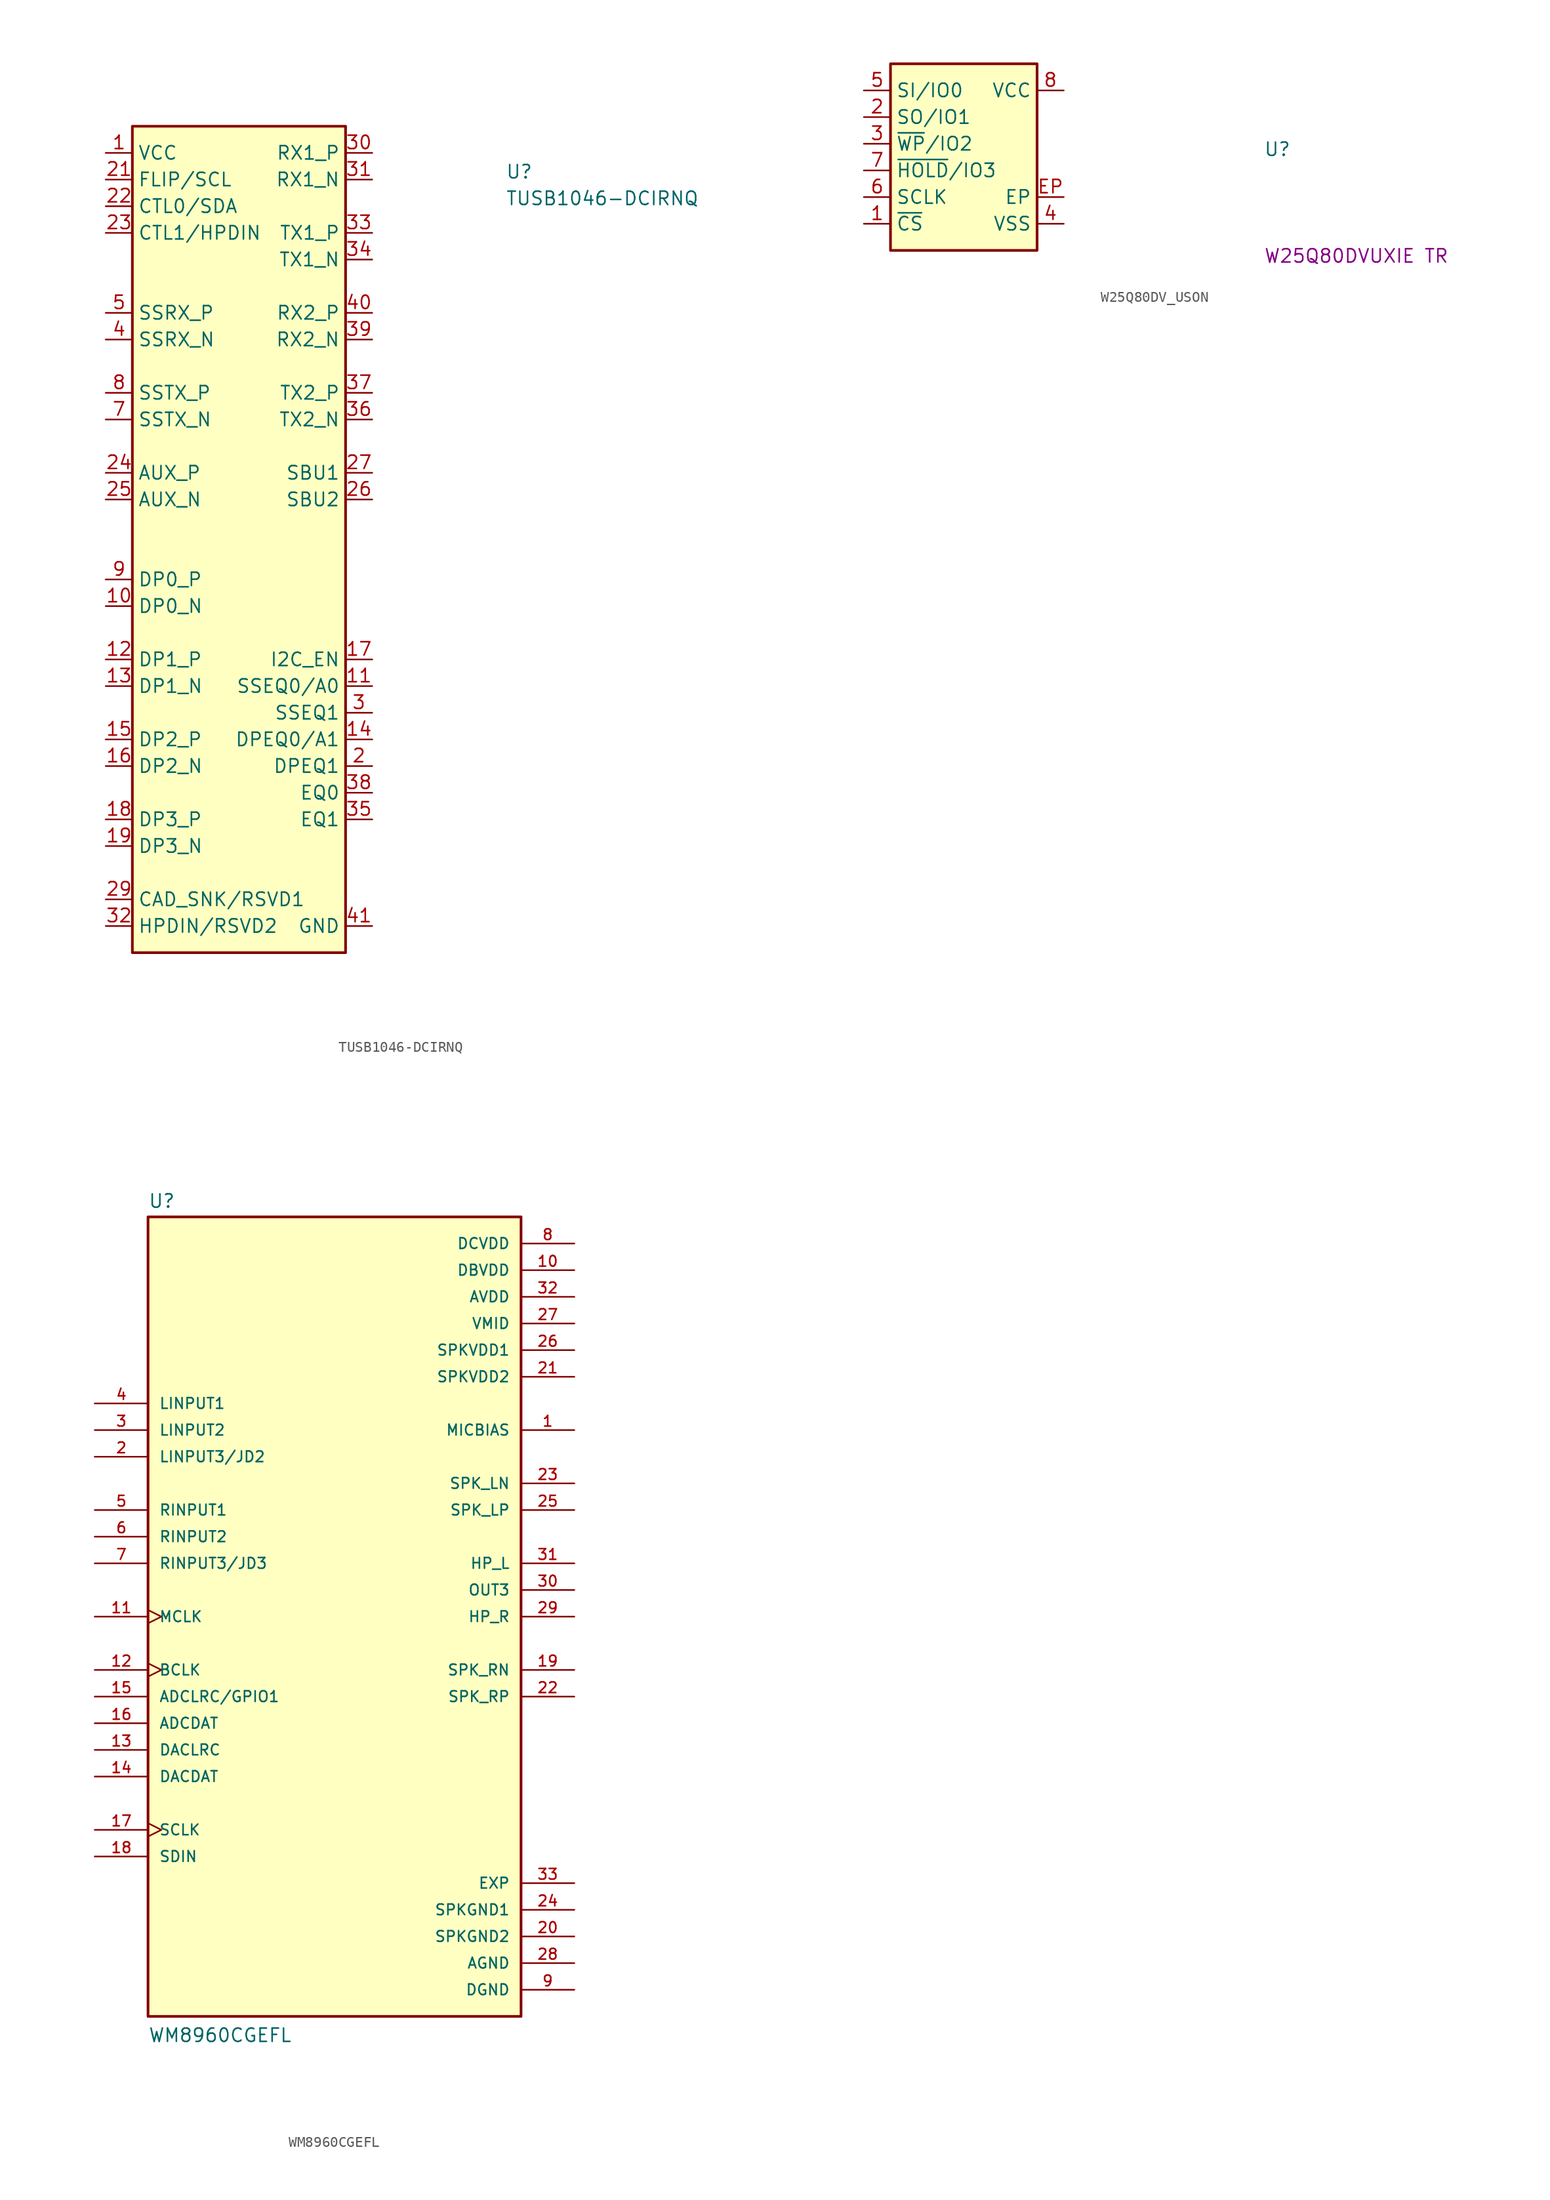
<source format=kicad_sym>
(kicad_symbol_lib
  (version 20231120)
  (generator "kicad_symbol_editor")
  (generator_version "8.0")
  (symbol "TUSB1046-DCIRNQ"
    (property "Reference" "U"
      (at 38.1 -2.54 0)
      (effects (font (size 1.27 1.27) (thickness 0.15)) (justify left bottom)))
    (property "Value" "TUSB1046-DCIRNQ"
      (at 38.1 -5.08 0)
      (effects (font (size 1.27 1.27) (thickness 0.15)) (justify left bottom)))
    (symbol "TUSB1046-DCIRNQ_1_1"
      (rectangle (start 2.54 2.54) (end 22.86 -76.2) (stroke (width 0.254) (type default)) (fill (type background)))
      (pin power_in line (at 0 0 0) (length 2.54) (name "VCC" (effects (font (size 1.27 1.27)))) (number "1" (effects (font (size 1.27 1.27)))))
      (pin input line (at 0 -43.18 0) (length 2.54) (name "DP0_N" (effects (font (size 1.27 1.27)))) (number "10" (effects (font (size 1.27 1.27)))))
      (pin input line (at 25.4 -50.8 180) (length 2.54) (name "SSEQ0/A0" (effects (font (size 1.27 1.27)))) (number "11" (effects (font (size 1.27 1.27)))))
      (pin input line (at 0 -48.26 0) (length 2.54) (name "DP1_P" (effects (font (size 1.27 1.27)))) (number "12" (effects (font (size 1.27 1.27)))))
      (pin input line (at 0 -50.8 0) (length 2.54) (name "DP1_N" (effects (font (size 1.27 1.27)))) (number "13" (effects (font (size 1.27 1.27)))))
      (pin input line (at 25.4 -55.88 180) (length 2.54) (name "DPEQ0/A1" (effects (font (size 1.27 1.27)))) (number "14" (effects (font (size 1.27 1.27)))))
      (pin input line (at 0 -55.88 0) (length 2.54) (name "DP2_P" (effects (font (size 1.27 1.27)))) (number "15" (effects (font (size 1.27 1.27)))))
      (pin input line (at 0 -58.42 0) (length 2.54) (name "DP2_N" (effects (font (size 1.27 1.27)))) (number "16" (effects (font (size 1.27 1.27)))))
      (pin input line (at 25.4 -48.26 180) (length 2.54) (name "I2C_EN" (effects (font (size 1.27 1.27)))) (number "17" (effects (font (size 1.27 1.27)))))
      (pin input line (at 0 -63.5 0) (length 2.54) (name "DP3_P" (effects (font (size 1.27 1.27)))) (number "18" (effects (font (size 1.27 1.27)))))
      (pin input line (at 0 -66.04 0) (length 2.54) (name "DP3_N" (effects (font (size 1.27 1.27)))) (number "19" (effects (font (size 1.27 1.27)))))
      (pin input line (at 25.4 -58.42 180) (length 2.54) (name "DPEQ1" (effects (font (size 1.27 1.27)))) (number "2" (effects (font (size 1.27 1.27)))))
      (pin passive line (at 0 0 0) (length 2.54) hide (name "VCC" (effects (font (size 1.27 1.27)))) (number "20" (effects (font (size 1.27 1.27)))))
      (pin input line (at 0 -2.54 0) (length 2.54) (name "FLIP/SCL" (effects (font (size 1.27 1.27)))) (number "21" (effects (font (size 1.27 1.27)))))
      (pin input line (at 0 -5.08 0) (length 2.54) (name "CTL0/SDA" (effects (font (size 1.27 1.27)))) (number "22" (effects (font (size 1.27 1.27)))))
      (pin input line (at 0 -7.62 0) (length 2.54) (name "CTL1/HPDIN" (effects (font (size 1.27 1.27)))) (number "23" (effects (font (size 1.27 1.27)))))
      (pin bidirectional line (at 0 -30.48 0) (length 2.54) (name "AUX_P" (effects (font (size 1.27 1.27)))) (number "24" (effects (font (size 1.27 1.27)))))
      (pin bidirectional line (at 0 -33.02 0) (length 2.54) (name "AUX_N" (effects (font (size 1.27 1.27)))) (number "25" (effects (font (size 1.27 1.27)))))
      (pin bidirectional line (at 25.4 -33.02 180) (length 2.54) (name "SBU2" (effects (font (size 1.27 1.27)))) (number "26" (effects (font (size 1.27 1.27)))))
      (pin bidirectional line (at 25.4 -30.48 180) (length 2.54) (name "SBU1" (effects (font (size 1.27 1.27)))) (number "27" (effects (font (size 1.27 1.27)))))
      (pin passive line (at 0 0 0) (length 2.54) hide (name "VCC" (effects (font (size 1.27 1.27)))) (number "28" (effects (font (size 1.27 1.27)))))
      (pin bidirectional line (at 0 -71.12 0) (length 2.54) (name "CAD_SNK/RSVD1" (effects (font (size 1.27 1.27)))) (number "29" (effects (font (size 1.27 1.27)))) (alternate "CAD_SNK" bidirectional line) (alternate "RSVD1" no_connect line))
      (pin input line (at 25.4 -53.34 180) (length 2.54) (name "SSEQ1" (effects (font (size 1.27 1.27)))) (number "3" (effects (font (size 1.27 1.27)))))
      (pin input line (at 25.4 0 180) (length 2.54) (name "RX1_P" (effects (font (size 1.27 1.27)))) (number "30" (effects (font (size 1.27 1.27)))))
      (pin input line (at 25.4 -2.54 180) (length 2.54) (name "RX1_N" (effects (font (size 1.27 1.27)))) (number "31" (effects (font (size 1.27 1.27)))))
      (pin bidirectional line (at 0 -73.66 0) (length 2.54) (name "HPDIN/RSVD2" (effects (font (size 1.27 1.27)))) (number "32" (effects (font (size 1.27 1.27)))) (alternate "HPDIN" bidirectional line) (alternate "RSVD2" no_connect line))
      (pin output line (at 25.4 -7.62 180) (length 2.54) (name "TX1_P" (effects (font (size 1.27 1.27)))) (number "33" (effects (font (size 1.27 1.27)))))
      (pin output line (at 25.4 -10.16 180) (length 2.54) (name "TX1_N" (effects (font (size 1.27 1.27)))) (number "34" (effects (font (size 1.27 1.27)))))
      (pin input line (at 25.4 -63.5 180) (length 2.54) (name "EQ1" (effects (font (size 1.27 1.27)))) (number "35" (effects (font (size 1.27 1.27)))))
      (pin output line (at 25.4 -25.4 180) (length 2.54) (name "TX2_N" (effects (font (size 1.27 1.27)))) (number "36" (effects (font (size 1.27 1.27)))))
      (pin output line (at 25.4 -22.86 180) (length 2.54) (name "TX2_P" (effects (font (size 1.27 1.27)))) (number "37" (effects (font (size 1.27 1.27)))))
      (pin input line (at 25.4 -60.96 180) (length 2.54) (name "EQ0" (effects (font (size 1.27 1.27)))) (number "38" (effects (font (size 1.27 1.27)))))
      (pin input line (at 25.4 -17.78 180) (length 2.54) (name "RX2_N" (effects (font (size 1.27 1.27)))) (number "39" (effects (font (size 1.27 1.27)))))
      (pin output line (at 0 -17.78 0) (length 2.54) (name "SSRX_N" (effects (font (size 1.27 1.27)))) (number "4" (effects (font (size 1.27 1.27)))))
      (pin input line (at 25.4 -15.24 180) (length 2.54) (name "RX2_P" (effects (font (size 1.27 1.27)))) (number "40" (effects (font (size 1.27 1.27)))))
      (pin power_in line (at 25.4 -73.66 180) (length 2.54) (name "GND" (effects (font (size 1.27 1.27)))) (number "41" (effects (font (size 1.27 1.27)))))
      (pin output line (at 0 -15.24 0) (length 2.54) (name "SSRX_P" (effects (font (size 1.27 1.27)))) (number "5" (effects (font (size 1.27 1.27)))))
      (pin passive line (at 0 0 0) (length 2.54) hide (name "VCC" (effects (font (size 1.27 1.27)))) (number "6" (effects (font (size 1.27 1.27)))))
      (pin input line (at 0 -25.4 0) (length 2.54) (name "SSTX_N" (effects (font (size 1.27 1.27)))) (number "7" (effects (font (size 1.27 1.27)))))
      (pin input line (at 0 -22.86 0) (length 2.54) (name "SSTX_P" (effects (font (size 1.27 1.27)))) (number "8" (effects (font (size 1.27 1.27)))))
      (pin input line (at 0 -40.64 0) (length 2.54) (name "DP0_P" (effects (font (size 1.27 1.27)))) (number "9" (effects (font (size 1.27 1.27)))))))
  (symbol "W25Q80DV_USON"
    (property "Reference" "U"
      (at 38.1 -6.35 0)
      (effects (font (size 1.27 1.27) (thickness 0.15)) (justify left bottom)))
    (property "MPN" "W25Q80DVUXIE TR"
      (at 38.1 -16.51 0)
      (effects (font (size 1.27 1.27) (thickness 0.15)) (justify left bottom)))
    (symbol "W25Q80DV_USON_1_1"
      (rectangle (start 2.54 2.54) (end 16.51 -15.24) (stroke (width 0.254) (type default)) (fill (type background)))
      (pin input line (at 0 -12.7 0) (length 2.54) (name "~{CS}" (effects (font (size 1.27 1.27)))) (number "1" (effects (font (size 1.27 1.27)))))
      (pin input line (at 0 -2.54 0) (length 2.54) (name "SO/IO1" (effects (font (size 1.27 1.27)))) (number "2" (effects (font (size 1.27 1.27)))))
      (pin input line (at 0 -5.08 0) (length 2.54) (name "~{WP}/IO2" (effects (font (size 1.27 1.27)))) (number "3" (effects (font (size 1.27 1.27)))))
      (pin power_in line (at 19.05 -12.7 180) (length 2.54) (name "VSS" (effects (font (size 1.27 1.27)))) (number "4" (effects (font (size 1.27 1.27)))))
      (pin input line (at 0 0 0) (length 2.54) (name "SI/IO0" (effects (font (size 1.27 1.27)))) (number "5" (effects (font (size 1.27 1.27)))))
      (pin input line (at 0 -10.16 0) (length 2.54) (name "SCLK" (effects (font (size 1.27 1.27)))) (number "6" (effects (font (size 1.27 1.27)))))
      (pin input line (at 0 -7.62 0) (length 2.54) (name "~{HOLD}/IO3" (effects (font (size 1.27 1.27)))) (number "7" (effects (font (size 1.27 1.27)))))
      (pin power_in line (at 19.05 0 180) (length 2.54) (name "VCC" (effects (font (size 1.27 1.27)))) (number "8" (effects (font (size 1.27 1.27)))))
      (pin power_in line (at 19.05 -10.16 180) (length 2.54) (name "EP" (effects (font (size 1.27 1.27)))) (number "EP" (effects (font (size 1.27 1.27)))))))
  (symbol "WM8960CGEFL"
    (pin_names
      (offset 1.016))
    (property "Reference" "U"
      (at -17.78 38.862 0)
      (effects (font (size 1.27 1.27)) (justify left bottom)))
    (property "Value" "WM8960CGEFL"
      (at -17.78 -40.64 0)
      (effects (font (size 1.27 1.27)) (justify left bottom)))
    (symbol "WM8960CGEFL_0_0"
      (rectangle (start -17.78 38.1) (end 17.78 -38.1) (stroke (width 0.254) (type default)) (fill (type background)))
      (pin output line (at 22.86 17.78 180) (length 5.08) (name "MICBIAS" (effects (font (size 1.016 1.016)))) (number "1" (effects (font (size 1.016 1.016)))))
      (pin power_in line (at 22.86 33.02 180) (length 5.08) (name "DBVDD" (effects (font (size 1.016 1.016)))) (number "10" (effects (font (size 1.016 1.016)))))
      (pin input clock (at -22.86 0 0) (length 5.08) (name "MCLK" (effects (font (size 1.016 1.016)))) (number "11" (effects (font (size 1.016 1.016)))))
      (pin bidirectional clock (at -22.86 -5.08 0) (length 5.08) (name "BCLK" (effects (font (size 1.016 1.016)))) (number "12" (effects (font (size 1.016 1.016)))))
      (pin bidirectional line (at -22.86 -12.7 0) (length 5.08) (name "DACLRC" (effects (font (size 1.016 1.016)))) (number "13" (effects (font (size 1.016 1.016)))))
      (pin input line (at -22.86 -15.24 0) (length 5.08) (name "DACDAT" (effects (font (size 1.016 1.016)))) (number "14" (effects (font (size 1.016 1.016)))))
      (pin bidirectional line (at -22.86 -7.62 0) (length 5.08) (name "ADCLRC/GPIO1" (effects (font (size 1.016 1.016)))) (number "15" (effects (font (size 1.016 1.016)))))
      (pin output line (at -22.86 -10.16 0) (length 5.08) (name "ADCDAT" (effects (font (size 1.016 1.016)))) (number "16" (effects (font (size 1.016 1.016)))))
      (pin input clock (at -22.86 -20.32 0) (length 5.08) (name "SCLK" (effects (font (size 1.016 1.016)))) (number "17" (effects (font (size 1.016 1.016)))))
      (pin bidirectional line (at -22.86 -22.86 0) (length 5.08) (name "SDIN" (effects (font (size 1.016 1.016)))) (number "18" (effects (font (size 1.016 1.016)))))
      (pin output line (at 22.86 -5.08 180) (length 5.08) (name "SPK_RN" (effects (font (size 1.016 1.016)))) (number "19" (effects (font (size 1.016 1.016)))))
      (pin input line (at -22.86 15.24 0) (length 5.08) (name "LINPUT3/JD2" (effects (font (size 1.016 1.016)))) (number "2" (effects (font (size 1.016 1.016)))))
      (pin power_in line (at 22.86 -30.48 180) (length 5.08) (name "SPKGND2" (effects (font (size 1.016 1.016)))) (number "20" (effects (font (size 1.016 1.016)))))
      (pin power_in line (at 22.86 22.86 180) (length 5.08) (name "SPKVDD2" (effects (font (size 1.016 1.016)))) (number "21" (effects (font (size 1.016 1.016)))))
      (pin output line (at 22.86 -7.62 180) (length 5.08) (name "SPK_RP" (effects (font (size 1.016 1.016)))) (number "22" (effects (font (size 1.016 1.016)))))
      (pin output line (at 22.86 12.7 180) (length 5.08) (name "SPK_LN" (effects (font (size 1.016 1.016)))) (number "23" (effects (font (size 1.016 1.016)))))
      (pin power_in line (at 22.86 -27.94 180) (length 5.08) (name "SPKGND1" (effects (font (size 1.016 1.016)))) (number "24" (effects (font (size 1.016 1.016)))))
      (pin output line (at 22.86 10.16 180) (length 5.08) (name "SPK_LP" (effects (font (size 1.016 1.016)))) (number "25" (effects (font (size 1.016 1.016)))))
      (pin power_in line (at 22.86 25.4 180) (length 5.08) (name "SPKVDD1" (effects (font (size 1.016 1.016)))) (number "26" (effects (font (size 1.016 1.016)))))
      (pin output line (at 22.86 27.94 180) (length 5.08) (name "VMID" (effects (font (size 1.016 1.016)))) (number "27" (effects (font (size 1.016 1.016)))))
      (pin power_in line (at 22.86 -33.02 180) (length 5.08) (name "AGND" (effects (font (size 1.016 1.016)))) (number "28" (effects (font (size 1.016 1.016)))))
      (pin output line (at 22.86 0 180) (length 5.08) (name "HP_R" (effects (font (size 1.016 1.016)))) (number "29" (effects (font (size 1.016 1.016)))))
      (pin input line (at -22.86 17.78 0) (length 5.08) (name "LINPUT2" (effects (font (size 1.016 1.016)))) (number "3" (effects (font (size 1.016 1.016)))))
      (pin output line (at 22.86 2.54 180) (length 5.08) (name "OUT3" (effects (font (size 1.016 1.016)))) (number "30" (effects (font (size 1.016 1.016)))))
      (pin output line (at 22.86 5.08 180) (length 5.08) (name "HP_L" (effects (font (size 1.016 1.016)))) (number "31" (effects (font (size 1.016 1.016)))))
      (pin power_in line (at 22.86 30.48 180) (length 5.08) (name "AVDD" (effects (font (size 1.016 1.016)))) (number "32" (effects (font (size 1.016 1.016)))))
      (pin power_in line (at 22.86 -25.4 180) (length 5.08) (name "EXP" (effects (font (size 1.016 1.016)))) (number "33" (effects (font (size 1.016 1.016)))))
      (pin input line (at -22.86 20.32 0) (length 5.08) (name "LINPUT1" (effects (font (size 1.016 1.016)))) (number "4" (effects (font (size 1.016 1.016)))))
      (pin bidirectional line (at -22.86 10.16 0) (length 5.08) (name "RINPUT1" (effects (font (size 1.016 1.016)))) (number "5" (effects (font (size 1.016 1.016)))))
      (pin bidirectional line (at -22.86 7.62 0) (length 5.08) (name "RINPUT2" (effects (font (size 1.016 1.016)))) (number "6" (effects (font (size 1.016 1.016)))))
      (pin input line (at -22.86 5.08 0) (length 5.08) (name "RINPUT3/JD3" (effects (font (size 1.016 1.016)))) (number "7" (effects (font (size 1.016 1.016)))))
      (pin power_in line (at 22.86 35.56 180) (length 5.08) (name "DCVDD" (effects (font (size 1.016 1.016)))) (number "8" (effects (font (size 1.016 1.016)))))
      (pin power_in line (at 22.86 -35.56 180) (length 5.08) (name "DGND" (effects (font (size 1.016 1.016)))) (number "9" (effects (font (size 1.016 1.016))))))))
</source>
